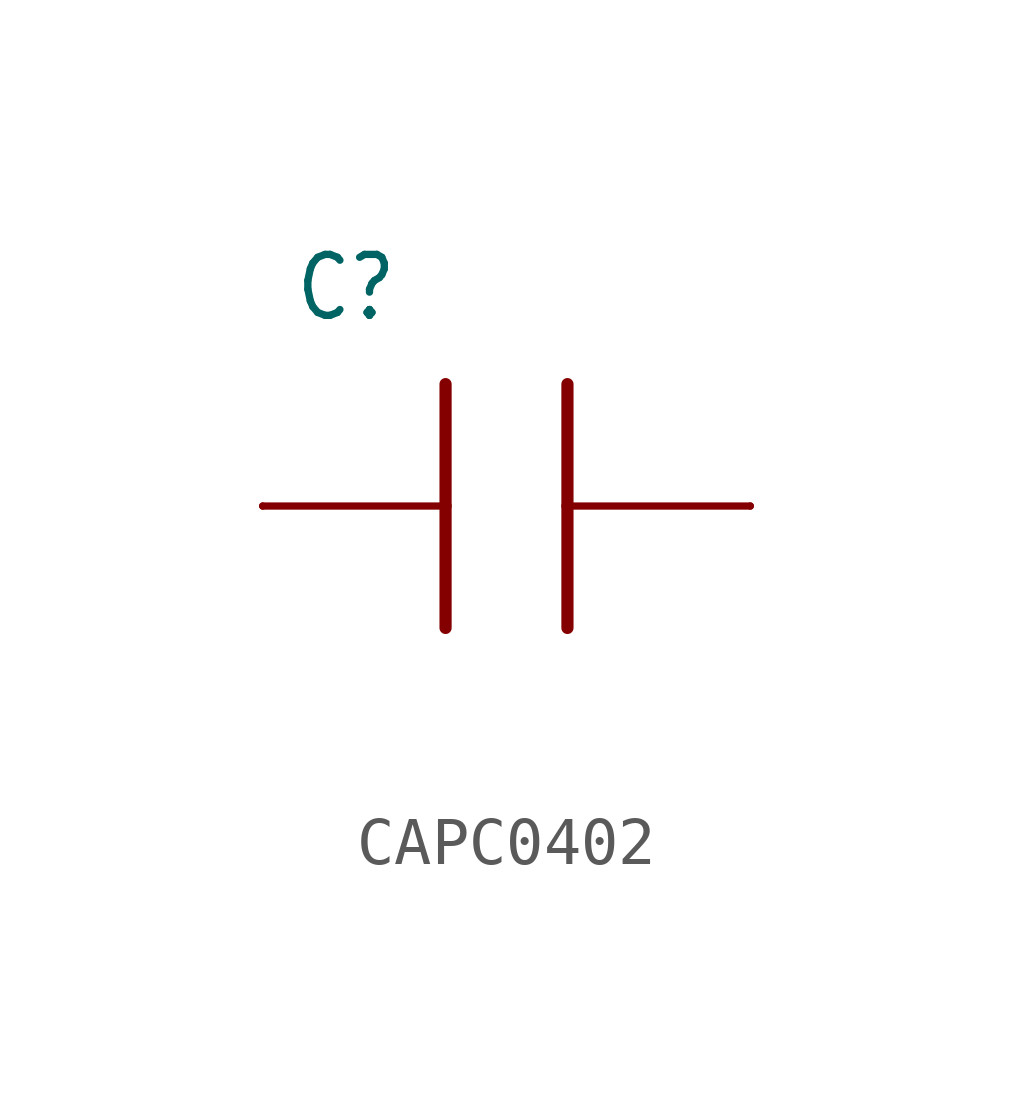
<source format=kicad_sym>
(kicad_symbol_lib
  (version 20231120)
  (generator "kicad_symbol_editor")
  (generator_version "8.0")
  (symbol "CAPC0402"
    (property "Reference" "C"
      (at -4.445 3.81 0)
      (effects (font (size 1.27 1.079)) (justify left bottom)))
    (property "Value" ""
      (at -5.08 -5.08 0)
      (effects (font (size 1.27 1.079)) (justify left bottom)))
    (property "ki_locked" ""
      (at 0 0 0)
      (effects (font (size 1.27 1.27))))
    (symbol "CAPC0402_1_0"
      (polyline (pts (xy -5.08 0) (xy -1.27 0)) (stroke (width 0.152) (type solid)) (fill (type none)))
      (polyline (pts (xy -1.27 0) (xy -1.27 -2.54)) (stroke (width 0.254) (type solid)) (fill (type none)))
      (polyline (pts (xy -1.27 2.54) (xy -1.27 0)) (stroke (width 0.254) (type solid)) (fill (type none)))
      (polyline (pts (xy 1.27 0) (xy 1.27 -2.54)) (stroke (width 0.254) (type solid)) (fill (type none)))
      (polyline (pts (xy 1.27 2.54) (xy 1.27 0)) (stroke (width 0.254) (type solid)) (fill (type none)))
      (polyline (pts (xy 5.08 0) (xy 1.27 0)) (stroke (width 0.152) (type solid)) (fill (type none)))
      (pin passive line (at -5.08 0 0) (length 0) (name "P$1" (effects (font (size 0 0)))) (number "P$1" (effects (font (size 0 0)))))
      (pin passive line (at 5.08 0 180) (length 0) (name "P$2" (effects (font (size 0 0)))) (number "P$2" (effects (font (size 0 0))))))))
</source>
